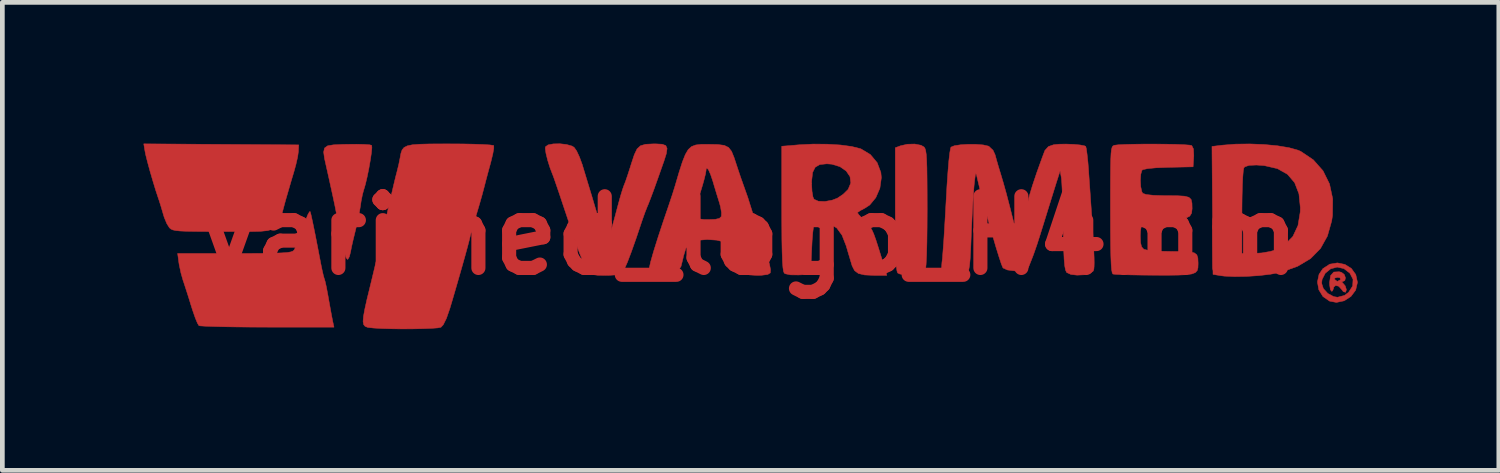
<source format=kicad_pcb>
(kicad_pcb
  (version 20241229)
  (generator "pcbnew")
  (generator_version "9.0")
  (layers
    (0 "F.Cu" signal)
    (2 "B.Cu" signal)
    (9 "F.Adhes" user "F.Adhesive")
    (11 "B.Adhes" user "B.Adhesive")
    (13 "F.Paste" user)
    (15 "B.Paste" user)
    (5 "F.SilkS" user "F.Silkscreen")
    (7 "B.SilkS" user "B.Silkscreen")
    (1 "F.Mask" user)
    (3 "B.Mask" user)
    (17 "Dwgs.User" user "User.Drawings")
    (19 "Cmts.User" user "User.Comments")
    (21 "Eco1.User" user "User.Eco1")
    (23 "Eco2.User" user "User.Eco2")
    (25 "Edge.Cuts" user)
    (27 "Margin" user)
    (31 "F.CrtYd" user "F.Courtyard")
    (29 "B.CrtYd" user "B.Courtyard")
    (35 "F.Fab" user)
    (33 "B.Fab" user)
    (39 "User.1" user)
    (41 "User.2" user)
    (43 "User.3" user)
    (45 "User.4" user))
  (footprint "varimed_logo_H4mm"
    (layer "F.Cu")
    (at 12.886 1.955)
    (property "Reference" "varimed_logo_H4mm" (at 0 0 0) (layer "F.Cu") (effects (font (size 1.524 1.524) (thickness 0.3))))
    (attr through_hole)
    (fp_poly (pts (xy 3.637 -1.918) (xy 3.701 -1.881) (xy 3.721 -1.852) (xy 3.736 -1.803) (xy 3.748 -1.723) (xy 3.756 -1.605) (xy 3.762 -1.439) (xy 3.765 -1.215) (xy 3.767 -0.925) (xy 3.768 -0.566) (xy 3.766 -0.178) (xy 3.762 0.151) (xy 3.755 0.416) (xy 3.745 0.611) (xy 3.733 0.73) (xy 3.724 0.765) (xy 3.681 0.813) (xy 3.605 0.838) (xy 3.471 0.846) (xy 3.436 0.847) (xy 3.294 0.838) (xy 3.184 0.817) (xy 3.141 0.796) (xy 3.126 0.755) (xy 3.113 0.662) (xy 3.104 0.512) (xy 3.097 0.298) (xy 3.093 0.015) (xy 3.091 -0.344) (xy 3.09 -0.56) (xy 3.09 -1.865) (xy 3.199 -1.906) (xy 3.347 -1.94) (xy 3.504 -1.944) (xy 3.637 -1.918)) (stroke (width 0.01) (type solid)) (fill yes) (layer "F.Cu"))
    (fp_poly (pts (xy 12.644 0.614) (xy 12.781 0.699) (xy 12.876 0.83) (xy 12.912 0.995) (xy 12.874 1.16) (xy 12.773 1.295) (xy 12.63 1.387) (xy 12.465 1.422) (xy 12.319 1.394) (xy 12.178 1.296) (xy 12.09 1.152) (xy 12.066 1.015) (xy 12.15 1.015) (xy 12.187 1.128) (xy 12.281 1.231) (xy 12.405 1.298) (xy 12.488 1.312) (xy 12.637 1.273) (xy 12.723 1.208) (xy 12.81 1.073) (xy 12.818 0.932) (xy 12.751 0.801) (xy 12.624 0.703) (xy 12.481 0.671) (xy 12.342 0.708) (xy 12.228 0.8) (xy 12.16 0.933) (xy 12.15 1.015) (xy 12.066 1.015) (xy 12.061 0.987) (xy 12.096 0.823) (xy 12.177 0.704) (xy 12.323 0.609) (xy 12.485 0.582) (xy 12.644 0.614)) (stroke (width 0.01) (type solid)) (fill yes) (layer "F.Cu"))
    (fp_poly (pts (xy 12.573 0.783) (xy 12.632 0.829) (xy 12.657 0.899) (xy 12.643 0.958) (xy 12.605 0.974) (xy 12.577 0.987) (xy 12.597 1.006) (xy 12.652 1.071) (xy 12.677 1.151) (xy 12.659 1.205) (xy 12.658 1.206) (xy 12.611 1.193) (xy 12.574 1.144) (xy 12.514 1.078) (xy 12.449 1.061) (xy 12.407 1.096) (xy 12.404 1.122) (xy 12.381 1.178) (xy 12.361 1.185) (xy 12.336 1.148) (xy 12.321 1.052) (xy 12.319 0.998) (xy 12.329 0.931) (xy 12.425 0.931) (xy 12.477 0.972) (xy 12.488 0.974) (xy 12.543 0.943) (xy 12.552 0.931) (xy 12.539 0.898) (xy 12.488 0.889) (xy 12.428 0.905) (xy 12.425 0.931) (xy 12.329 0.931) (xy 12.341 0.852) (xy 12.408 0.776) (xy 12.523 0.77) (xy 12.573 0.783)) (stroke (width 0.01) (type solid)) (fill yes) (layer "F.Cu"))
    (fp_poly (pts (xy -9.588 -1.926) (xy -9.595 -1.784) (xy -9.611 -1.669) (xy -9.647 -1.511) (xy -9.688 -1.361) (xy -9.74 -1.188) (xy -9.803 -0.971) (xy -9.867 -0.75) (xy -9.887 -0.677) (xy -9.934 -0.501) (xy -9.973 -0.363) (xy -10.014 -0.259) (xy -10.067 -0.185) (xy -10.142 -0.135) (xy -10.251 -0.104) (xy -10.404 -0.089) (xy -10.611 -0.084) (xy -10.882 -0.084) (xy -11.192 -0.085) (xy -11.522 -0.085) (xy -11.778 -0.087) (xy -11.97 -0.09) (xy -12.109 -0.096) (xy -12.204 -0.106) (xy -12.266 -0.12) (xy -12.306 -0.139) (xy -12.334 -0.163) (xy -12.336 -0.165) (xy -12.391 -0.253) (xy -12.446 -0.385) (xy -12.466 -0.451) (xy -12.51 -0.602) (xy -12.553 -0.74) (xy -12.568 -0.783) (xy -12.625 -0.955) (xy -12.687 -1.159) (xy -12.749 -1.371) (xy -12.802 -1.566) (xy -12.841 -1.721) (xy -12.855 -1.793) (xy -12.881 -1.948) (xy -9.588 -1.926)) (stroke (width 0.01) (type solid)) (fill yes) (layer "F.Cu"))
    (fp_poly (pts (xy -8.196 -1.936) (xy -8.082 -1.928) (xy -8.038 -1.916) (xy -8.033 -1.865) (xy -8.044 -1.751) (xy -8.067 -1.596) (xy -8.098 -1.42) (xy -8.134 -1.244) (xy -8.171 -1.088) (xy -8.205 -0.972) (xy -8.208 -0.964) (xy -8.234 -0.868) (xy -8.262 -0.726) (xy -8.275 -0.635) (xy -8.303 -0.467) (xy -8.344 -0.267) (xy -8.383 -0.106) (xy -8.426 0.069) (xy -8.464 0.235) (xy -8.486 0.349) (xy -8.512 0.451) (xy -8.544 0.505) (xy -8.551 0.508) (xy -8.582 0.471) (xy -8.611 0.378) (xy -8.616 0.349) (xy -8.645 0.204) (xy -8.676 0.069) (xy -8.678 0.064) (xy -8.704 -0.046) (xy -8.736 -0.202) (xy -8.762 -0.339) (xy -8.79 -0.486) (xy -8.82 -0.638) (xy -8.857 -0.813) (xy -8.904 -1.028) (xy -8.964 -1.3) (xy -8.996 -1.442) (xy -9.04 -1.639) (xy -9.058 -1.774) (xy -9.039 -1.859) (xy -8.974 -1.906) (xy -8.851 -1.927) (xy -8.658 -1.936) (xy -8.554 -1.938) (xy -8.359 -1.94) (xy -8.196 -1.936)) (stroke (width 0.01) (type solid)) (fill yes) (layer "F.Cu"))
    (fp_poly (pts (xy -9.324 -0.431) (xy -9.291 -0.279) (xy -9.246 -0.06) (xy -9.192 0.216) (xy -9.129 0.543) (xy -9.122 0.583) (xy -9.09 0.737) (xy -9.062 0.859) (xy -9.043 0.923) (xy -9.041 0.926) (xy -9.025 0.982) (xy -8.999 1.099) (xy -8.969 1.259) (xy -8.955 1.338) (xy -8.922 1.522) (xy -8.892 1.687) (xy -8.869 1.805) (xy -8.864 1.831) (xy -8.838 1.947) (xy -10.25 1.947) (xy -10.589 1.946) (xy -10.901 1.943) (xy -11.177 1.939) (xy -11.406 1.933) (xy -11.577 1.927) (xy -11.681 1.92) (xy -11.708 1.915) (xy -11.74 1.863) (xy -11.787 1.749) (xy -11.841 1.594) (xy -11.87 1.503) (xy -11.929 1.312) (xy -11.987 1.131) (xy -12.033 0.99) (xy -12.046 0.953) (xy -12.09 0.799) (xy -12.127 0.626) (xy -12.134 0.582) (xy -12.161 0.381) (xy -10.954 0.381) (xy -10.598 0.381) (xy -10.318 0.379) (xy -10.103 0.375) (xy -9.945 0.369) (xy -9.834 0.361) (xy -9.76 0.349) (xy -9.715 0.333) (xy -9.69 0.313) (xy -9.689 0.312) (xy -9.652 0.244) (xy -9.598 0.115) (xy -9.537 -0.051) (xy -9.499 -0.164) (xy -9.442 -0.326) (xy -9.393 -0.445) (xy -9.358 -0.507) (xy -9.344 -0.508) (xy -9.324 -0.431)) (stroke (width 0.01) (type solid)) (fill yes) (layer "F.Cu"))
    (fp_poly (pts (xy 10.928 -1.934) (xy 11.212 -1.907) (xy 11.459 -1.866) (xy 11.648 -1.813) (xy 11.705 -1.789) (xy 11.974 -1.608) (xy 12.18 -1.375) (xy 12.318 -1.096) (xy 12.386 -0.779) (xy 12.382 -0.43) (xy 12.364 -0.309) (xy 12.273 0.012) (xy 12.125 0.277) (xy 11.915 0.49) (xy 11.638 0.655) (xy 11.291 0.778) (xy 11.261 0.786) (xy 11.062 0.823) (xy 10.815 0.852) (xy 10.551 0.869) (xy 10.298 0.873) (xy 10.085 0.863) (xy 10.012 0.854) (xy 9.842 0.826) (xy 9.839 0.381) (xy 10.456 0.381) (xy 10.705 0.381) (xy 10.88 0.37) (xy 11.053 0.34) (xy 11.133 0.318) (xy 11.367 0.197) (xy 11.539 0.02) (xy 11.648 -0.212) (xy 11.696 -0.502) (xy 11.698 -0.593) (xy 11.668 -0.887) (xy 11.577 -1.123) (xy 11.425 -1.301) (xy 11.21 -1.422) (xy 10.932 -1.486) (xy 10.766 -1.498) (xy 10.608 -1.491) (xy 10.519 -1.461) (xy 10.498 -1.439) (xy 10.486 -1.379) (xy 10.475 -1.248) (xy 10.466 -1.06) (xy 10.46 -0.828) (xy 10.457 -0.566) (xy 10.457 -0.497) (xy 10.456 0.381) (xy 9.839 0.381) (xy 9.831 -0.534) (xy 9.82 -1.893) (xy 10.043 -1.92) (xy 10.324 -1.942) (xy 10.625 -1.946) (xy 10.928 -1.934)) (stroke (width 0.01) (type solid)) (fill yes) (layer "F.Cu"))
    (fp_poly (pts (xy -6.102 -1.946) (xy -5.864 -1.941) (xy -5.667 -1.934) (xy -5.525 -1.925) (xy -5.451 -1.914) (xy -5.443 -1.91) (xy -5.442 -1.854) (xy -5.462 -1.74) (xy -5.498 -1.59) (xy -5.505 -1.561) (xy -5.558 -1.367) (xy -5.611 -1.168) (xy -5.65 -1.016) (xy -5.691 -0.862) (xy -5.747 -0.665) (xy -5.807 -0.463) (xy -5.819 -0.423) (xy -5.87 -0.251) (xy -5.913 -0.102) (xy -5.94 0.000198) (xy -5.945 0.021) (xy -5.964 0.101) (xy -6.002 0.246) (xy -6.055 0.439) (xy -6.118 0.663) (xy -6.187 0.904) (xy -6.256 1.143) (xy -6.321 1.366) (xy -6.377 1.554) (xy -6.378 1.556) (xy -6.449 1.761) (xy -6.516 1.896) (xy -6.566 1.95) (xy -6.634 1.963) (xy -6.768 1.973) (xy -6.953 1.98) (xy -7.169 1.984) (xy -7.399 1.985) (xy -7.626 1.982) (xy -7.832 1.976) (xy -7.999 1.966) (xy -8.111 1.954) (xy -8.128 1.95) (xy -8.177 1.93) (xy -8.208 1.893) (xy -8.22 1.827) (xy -8.212 1.722) (xy -8.184 1.567) (xy -8.136 1.35) (xy -8.08 1.122) (xy -8.028 0.908) (xy -7.98 0.707) (xy -7.941 0.543) (xy -7.918 0.445) (xy -7.883 0.29) (xy -7.844 0.12) (xy -7.836 0.085) (xy -7.81 -0.028) (xy -7.77 -0.202) (xy -7.722 -0.413) (xy -7.67 -0.641) (xy -7.662 -0.677) (xy -7.611 -0.898) (xy -7.564 -1.099) (xy -7.525 -1.26) (xy -7.498 -1.363) (xy -7.495 -1.376) (xy -7.462 -1.509) (xy -7.433 -1.655) (xy -7.432 -1.66) (xy -7.415 -1.75) (xy -7.391 -1.819) (xy -7.35 -1.87) (xy -7.281 -1.905) (xy -7.174 -1.928) (xy -7.018 -1.94) (xy -6.804 -1.946) (xy -6.519 -1.947) (xy -6.371 -1.947) (xy -6.102 -1.946)) (stroke (width 0.01) (type solid)) (fill yes) (layer "F.Cu"))
    (fp_poly (pts (xy 1.641 -1.941) (xy 1.922 -1.924) (xy 2.162 -1.892) (xy 2.343 -1.847) (xy 2.364 -1.839) (xy 2.561 -1.72) (xy 2.705 -1.548) (xy 2.783 -1.342) (xy 2.794 -1.23) (xy 2.763 -1.006) (xy 2.676 -0.805) (xy 2.547 -0.649) (xy 2.445 -0.582) (xy 2.346 -0.53) (xy 2.291 -0.491) (xy 2.286 -0.483) (xy 2.314 -0.443) (xy 2.386 -0.365) (xy 2.447 -0.304) (xy 2.504 -0.247) (xy 2.55 -0.191) (xy 2.591 -0.124) (xy 2.632 -0.034) (xy 2.678 0.094) (xy 2.735 0.271) (xy 2.808 0.509) (xy 2.855 0.667) (xy 2.909 0.847) (xy 2.637 0.847) (xy 2.439 0.838) (xy 2.307 0.807) (xy 2.225 0.746) (xy 2.173 0.645) (xy 2.167 0.625) (xy 2.132 0.509) (xy 2.085 0.351) (xy 2.047 0.221) (xy 1.958 -0.007) (xy 1.847 -0.159) (xy 1.705 -0.243) (xy 1.574 -0.265) (xy 1.457 -0.262) (xy 1.378 -0.245) (xy 1.367 -0.238) (xy 1.352 -0.185) (xy 1.337 -0.065) (xy 1.323 0.104) (xy 1.313 0.305) (xy 1.312 0.31) (xy 1.291 0.826) (xy 1.037 0.838) (xy 0.863 0.836) (xy 0.753 0.813) (xy 0.73 0.798) (xy 0.714 0.76) (xy 0.702 0.677) (xy 0.692 0.542) (xy 0.685 0.348) (xy 0.68 0.088) (xy 0.678 -0.243) (xy 0.677 -0.576) (xy 0.677 -1.103) (xy 1.312 -1.103) (xy 1.32 -0.942) (xy 1.34 -0.821) (xy 1.363 -0.77) (xy 1.455 -0.729) (xy 1.594 -0.723) (xy 1.748 -0.751) (xy 1.86 -0.794) (xy 1.982 -0.876) (xy 2.083 -0.975) (xy 2.089 -0.982) (xy 2.145 -1.117) (xy 2.128 -1.251) (xy 2.048 -1.37) (xy 1.915 -1.463) (xy 1.741 -1.516) (xy 1.634 -1.524) (xy 1.484 -1.508) (xy 1.387 -1.451) (xy 1.333 -1.34) (xy 1.313 -1.164) (xy 1.312 -1.103) (xy 0.677 -1.103) (xy 0.677 -1.897) (xy 1.046 -1.928) (xy 1.343 -1.943) (xy 1.641 -1.941)) (stroke (width 0.01) (type solid)) (fill yes) (layer "F.Cu"))
    (fp_poly (pts (xy -3.896 -1.934) (xy -3.78 -1.901) (xy -3.735 -1.873) (xy -3.682 -1.798) (xy -3.621 -1.667) (xy -3.562 -1.506) (xy -3.555 -1.482) (xy -3.444 -1.115) (xy -3.354 -0.819) (xy -3.285 -0.586) (xy -3.231 -0.406) (xy -3.192 -0.269) (xy -3.163 -0.166) (xy -3.143 -0.088) (xy -3.129 -0.025) (xy -3.118 0.031) (xy -3.113 0.062) (xy -3.096 0.142) (xy -3.078 0.183) (xy -3.055 0.18) (xy -3.025 0.126) (xy -2.986 0.015) (xy -2.934 -0.16) (xy -2.866 -0.406) (xy -2.794 -0.677) (xy -2.748 -0.842) (xy -2.705 -0.983) (xy -2.673 -1.073) (xy -2.67 -1.079) (xy -2.64 -1.157) (xy -2.594 -1.292) (xy -2.54 -1.459) (xy -2.518 -1.53) (xy -2.456 -1.718) (xy -2.398 -1.84) (xy -2.324 -1.908) (xy -2.216 -1.939) (xy -2.056 -1.947) (xy -1.995 -1.947) (xy -1.864 -1.94) (xy -1.787 -1.912) (xy -1.76 -1.85) (xy -1.776 -1.739) (xy -1.831 -1.565) (xy -1.841 -1.539) (xy -1.951 -1.227) (xy -2.037 -0.986) (xy -2.105 -0.804) (xy -2.156 -0.672) (xy -2.181 -0.614) (xy -2.229 -0.492) (xy -2.282 -0.343) (xy -2.298 -0.296) (xy -2.416 0.056) (xy -2.518 0.344) (xy -2.601 0.563) (xy -2.665 0.709) (xy -2.702 0.773) (xy -2.757 0.814) (xy -2.849 0.837) (xy -2.997 0.846) (xy -3.073 0.847) (xy -3.236 0.844) (xy -3.338 0.831) (xy -3.404 0.802) (xy -3.457 0.749) (xy -3.468 0.735) (xy -3.529 0.642) (xy -3.556 0.568) (xy -3.556 0.565) (xy -3.575 0.48) (xy -3.596 0.433) (xy -3.621 0.371) (xy -3.668 0.243) (xy -3.731 0.061) (xy -3.806 -0.159) (xy -3.888 -0.405) (xy -3.894 -0.423) (xy -3.977 -0.671) (xy -4.052 -0.896) (xy -4.116 -1.083) (xy -4.163 -1.219) (xy -4.189 -1.289) (xy -4.19 -1.291) (xy -4.247 -1.439) (xy -4.297 -1.598) (xy -4.333 -1.744) (xy -4.348 -1.851) (xy -4.344 -1.885) (xy -4.288 -1.926) (xy -4.177 -1.947) (xy -4.037 -1.95) (xy -3.896 -1.934)) (stroke (width 0.01) (type solid)) (fill yes) (layer "F.Cu"))
    (fp_poly (pts (xy -0.889 -1.938) (xy -0.684 -1.934) (xy -0.545 -1.916) (xy -0.453 -1.871) (xy -0.389 -1.788) (xy -0.335 -1.655) (xy -0.306 -1.566) (xy -0.248 -1.391) (xy -0.193 -1.227) (xy -0.15 -1.108) (xy -0.148 -1.101) (xy -0.044 -0.808) (xy 0.054 -0.496) (xy 0.106 -0.318) (xy 0.151 -0.166) (xy 0.214 0.022) (xy 0.275 0.191) (xy 0.362 0.433) (xy 0.416 0.608) (xy 0.439 0.726) (xy 0.434 0.794) (xy 0.379 0.828) (xy 0.244 0.845) (xy 0.153 0.847) (xy -0.001 0.838) (xy -0.123 0.817) (xy -0.176 0.794) (xy -0.236 0.715) (xy -0.299 0.588) (xy -0.351 0.446) (xy -0.379 0.323) (xy -0.381 0.297) (xy -0.421 0.208) (xy -0.533 0.14) (xy -0.707 0.098) (xy -0.91 0.085) (xy -1.122 0.103) (xy -1.269 0.164) (xy -1.362 0.277) (xy -1.415 0.452) (xy -1.419 0.478) (xy -1.464 0.658) (xy -1.544 0.771) (xy -1.674 0.83) (xy -1.866 0.847) (xy -2.022 0.84) (xy -2.11 0.818) (xy -2.144 0.782) (xy -2.142 0.709) (xy -2.109 0.56) (xy -2.046 0.338) (xy -1.954 0.045) (xy -1.835 -0.316) (xy -1.771 -0.503) (xy -1.169 -0.503) (xy -1.164 -0.406) (xy -1.104 -0.357) (xy -0.977 -0.34) (xy -0.889 -0.339) (xy -0.736 -0.344) (xy -0.648 -0.364) (xy -0.608 -0.403) (xy -0.606 -0.408) (xy -0.603 -0.486) (xy -0.624 -0.61) (xy -0.647 -0.694) (xy -0.7 -0.865) (xy -0.759 -1.059) (xy -0.787 -1.155) (xy -0.836 -1.3) (xy -0.88 -1.397) (xy -0.914 -1.434) (xy -0.931 -1.404) (xy -0.931 -1.383) (xy -0.943 -1.31) (xy -0.973 -1.189) (xy -0.999 -1.095) (xy -1.052 -0.918) (xy -1.107 -0.732) (xy -1.129 -0.662) (xy -1.169 -0.503) (xy -1.771 -0.503) (xy -1.769 -0.508) (xy -1.705 -0.698) (xy -1.644 -0.882) (xy -1.598 -1.029) (xy -1.589 -1.058) (xy -1.504 -1.347) (xy -1.434 -1.565) (xy -1.372 -1.721) (xy -1.31 -1.827) (xy -1.239 -1.891) (xy -1.152 -1.924) (xy -1.041 -1.937) (xy -0.897 -1.938) (xy -0.889 -1.938)) (stroke (width 0.01) (type solid)) (fill yes) (layer "F.Cu"))
    (fp_poly (pts (xy 8.844 -1.941) (xy 9.052 -1.937) (xy 9.224 -1.93) (xy 9.343 -1.921) (xy 9.39 -1.912) (xy 9.427 -1.839) (xy 9.434 -1.69) (xy 9.432 -1.668) (xy 9.419 -1.46) (xy 8.892 -1.449) (xy 8.63 -1.439) (xy 8.451 -1.422) (xy 8.352 -1.4) (xy 8.331 -1.385) (xy 8.307 -1.3) (xy 8.299 -1.172) (xy 8.306 -1.038) (xy 8.329 -0.933) (xy 8.348 -0.897) (xy 8.421 -0.871) (xy 8.576 -0.854) (xy 8.81 -0.847) (xy 8.873 -0.847) (xy 9.091 -0.845) (xy 9.238 -0.836) (xy 9.329 -0.812) (xy 9.377 -0.766) (xy 9.395 -0.69) (xy 9.398 -0.577) (xy 9.398 -0.57) (xy 9.387 -0.476) (xy 9.347 -0.411) (xy 9.265 -0.37) (xy 9.128 -0.348) (xy 8.924 -0.339) (xy 8.817 -0.339) (xy 8.589 -0.333) (xy 8.432 -0.317) (xy 8.352 -0.291) (xy 8.348 -0.288) (xy 8.32 -0.22) (xy 8.302 -0.098) (xy 8.297 0.007) (xy 8.303 0.154) (xy 8.324 0.24) (xy 8.367 0.288) (xy 8.379 0.295) (xy 8.452 0.312) (xy 8.59 0.326) (xy 8.772 0.335) (xy 8.967 0.339) (xy 9.193 0.34) (xy 9.348 0.348) (xy 9.445 0.369) (xy 9.498 0.41) (xy 9.52 0.477) (xy 9.525 0.576) (xy 9.525 0.609) (xy 9.522 0.687) (xy 9.506 0.745) (xy 9.467 0.787) (xy 9.394 0.816) (xy 9.277 0.833) (xy 9.106 0.841) (xy 8.869 0.844) (xy 8.596 0.843) (xy 8.337 0.841) (xy 8.106 0.837) (xy 7.917 0.832) (xy 7.782 0.826) (xy 7.717 0.819) (xy 7.715 0.819) (xy 7.7 0.793) (xy 7.687 0.726) (xy 7.678 0.61) (xy 7.671 0.439) (xy 7.666 0.204) (xy 7.663 -0.099) (xy 7.662 -0.48) (xy 7.662 -0.549) (xy 7.662 -0.922) (xy 7.663 -1.219) (xy 7.665 -1.449) (xy 7.669 -1.62) (xy 7.675 -1.742) (xy 7.684 -1.824) (xy 7.697 -1.874) (xy 7.713 -1.901) (xy 7.734 -1.913) (xy 7.748 -1.918) (xy 7.829 -1.928) (xy 7.973 -1.935) (xy 8.163 -1.94) (xy 8.382 -1.943) (xy 8.615 -1.943) (xy 8.844 -1.941)) (stroke (width 0.01) (type solid)) (fill yes) (layer "F.Cu"))
    (fp_poly (pts (xy 6.881 -1.937) (xy 7.02 -1.924) (xy 7.114 -1.905) (xy 7.137 -1.894) (xy 7.15 -1.844) (xy 7.166 -1.726) (xy 7.184 -1.558) (xy 7.2 -1.358) (xy 7.2 -1.346) (xy 7.233 -0.875) (xy 7.26 -0.481) (xy 7.281 -0.158) (xy 7.297 0.103) (xy 7.308 0.308) (xy 7.315 0.464) (xy 7.317 0.579) (xy 7.315 0.659) (xy 7.31 0.712) (xy 7.301 0.744) (xy 7.295 0.756) (xy 7.222 0.806) (xy 7.097 0.835) (xy 6.954 0.842) (xy 6.822 0.827) (xy 6.735 0.787) (xy 6.729 0.78) (xy 6.708 0.734) (xy 6.691 0.646) (xy 6.678 0.506) (xy 6.669 0.306) (xy 6.661 0.036) (xy 6.658 -0.185) (xy 6.652 -0.461) (xy 6.646 -0.718) (xy 6.638 -0.939) (xy 6.629 -1.109) (xy 6.621 -1.214) (xy 6.619 -1.228) (xy 6.593 -1.376) (xy 6.539 -1.206) (xy 6.506 -1.103) (xy 6.455 -0.94) (xy 6.392 -0.737) (xy 6.323 -0.515) (xy 6.308 -0.466) (xy 6.223 -0.192) (xy 6.158 0.016) (xy 6.107 0.175) (xy 6.064 0.3) (xy 6.026 0.408) (xy 5.985 0.514) (xy 5.937 0.635) (xy 5.932 0.648) (xy 5.899 0.715) (xy 5.854 0.749) (xy 5.771 0.758) (xy 5.645 0.754) (xy 5.473 0.732) (xy 5.383 0.691) (xy 5.373 0.677) (xy 5.341 0.596) (xy 5.292 0.447) (xy 5.23 0.248) (xy 5.161 0.011) (xy 5.087 -0.246) (xy 5.014 -0.509) (xy 4.946 -0.763) (xy 4.886 -0.993) (xy 4.841 -1.182) (xy 4.835 -1.206) (xy 4.816 -1.29) (xy 4.802 -1.318) (xy 4.791 -1.283) (xy 4.777 -1.177) (xy 4.765 -1.067) (xy 4.753 -0.919) (xy 4.739 -0.709) (xy 4.725 -0.458) (xy 4.712 -0.186) (xy 4.704 0.004) (xy 4.693 0.288) (xy 4.681 0.499) (xy 4.667 0.645) (xy 4.65 0.739) (xy 4.629 0.791) (xy 4.614 0.806) (xy 4.517 0.837) (xy 4.383 0.846) (xy 4.247 0.836) (xy 4.14 0.807) (xy 4.107 0.784) (xy 4.074 0.686) (xy 4.081 0.577) (xy 4.091 0.497) (xy 4.103 0.345) (xy 4.119 0.134) (xy 4.135 -0.123) (xy 4.152 -0.412) (xy 4.168 -0.699) (xy 4.188 -1.055) (xy 4.209 -1.356) (xy 4.229 -1.595) (xy 4.249 -1.765) (xy 4.267 -1.861) (xy 4.275 -1.879) (xy 4.346 -1.908) (xy 4.477 -1.928) (xy 4.64 -1.938) (xy 4.809 -1.937) (xy 4.96 -1.925) (xy 5.065 -1.901) (xy 5.078 -1.896) (xy 5.167 -1.812) (xy 5.212 -1.714) (xy 5.24 -1.61) (xy 5.284 -1.458) (xy 5.335 -1.291) (xy 5.388 -1.113) (xy 5.45 -0.891) (xy 5.51 -0.661) (xy 5.533 -0.572) (xy 5.59 -0.346) (xy 5.629 -0.193) (xy 5.658 -0.103) (xy 5.679 -0.067) (xy 5.699 -0.076) (xy 5.721 -0.119) (xy 5.739 -0.164) (xy 5.786 -0.29) (xy 5.817 -0.402) (xy 5.818 -0.407) (xy 5.841 -0.499) (xy 5.858 -0.542) (xy 5.882 -0.608) (xy 5.899 -0.68) (xy 5.937 -0.837) (xy 6.004 -1.059) (xy 6.096 -1.334) (xy 6.21 -1.65) (xy 6.269 -1.807) (xy 6.345 -1.891) (xy 6.455 -1.929) (xy 6.572 -1.941) (xy 6.723 -1.943) (xy 6.881 -1.937)) (stroke (width 0.01) (type solid)) (fill yes) (layer "F.Cu")))
  (gr_rect
    (start -3 -3)
    (end 28.802 6.945)
    (stroke (width 0.1) (type default))
    (fill no)
    (layer "Edge.Cuts")))
</source>
